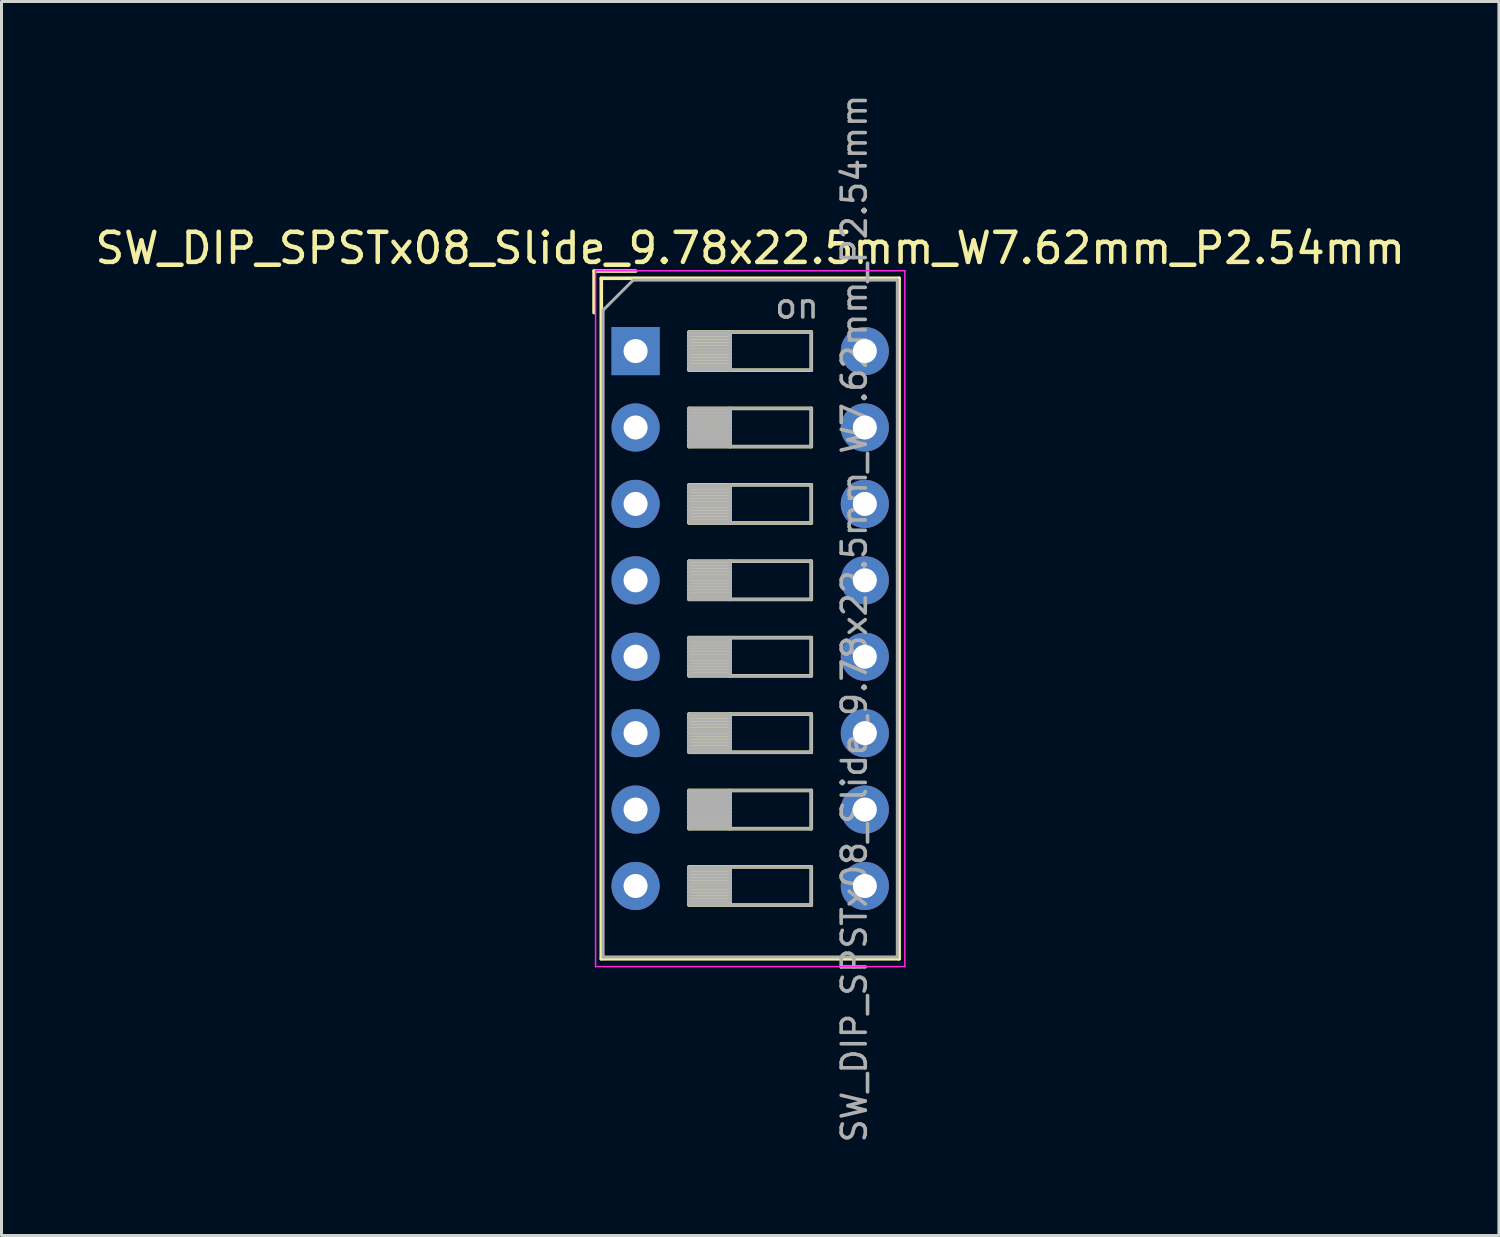
<source format=kicad_pcb>
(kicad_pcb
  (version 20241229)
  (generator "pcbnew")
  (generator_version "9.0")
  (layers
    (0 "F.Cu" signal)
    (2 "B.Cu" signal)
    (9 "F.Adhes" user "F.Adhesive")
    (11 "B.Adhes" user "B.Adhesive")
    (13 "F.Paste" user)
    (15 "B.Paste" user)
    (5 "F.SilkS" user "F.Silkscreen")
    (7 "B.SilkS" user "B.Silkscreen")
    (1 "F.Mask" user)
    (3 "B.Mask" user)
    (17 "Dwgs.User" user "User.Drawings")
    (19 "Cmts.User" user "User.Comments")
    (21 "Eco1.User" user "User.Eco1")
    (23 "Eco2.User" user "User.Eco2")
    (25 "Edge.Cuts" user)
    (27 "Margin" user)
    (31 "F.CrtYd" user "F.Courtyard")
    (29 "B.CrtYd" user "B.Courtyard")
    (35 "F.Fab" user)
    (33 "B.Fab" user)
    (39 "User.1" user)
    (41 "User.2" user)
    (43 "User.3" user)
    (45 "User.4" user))
  (footprint "SW_DIP_SPSTx08_Slide_9.78x22.5mm_W7.62mm_P2.54mm"
    (layer "F.Cu")
    (at 18.077 8.62)
    (property "Reference" "SW_DIP_SPSTx08_Slide_9.78x22.5mm_W7.62mm_P2.54mm" (at 3.81 -3.42 0) (layer "F.SilkS") (effects (font (size 1 1) (thickness 0.15))))
    (attr through_hole)
    (fp_line (start -1.38 -2.66) (end -1.38 -1.277) (stroke (width 0.12) (type solid)) (layer "F.SilkS"))
    (fp_line (start -1.38 -2.66) (end 0.003 -2.66) (stroke (width 0.12) (type solid)) (layer "F.SilkS"))
    (fp_line (start -1.14 -2.42) (end -1.14 20.2) (stroke (width 0.12) (type solid)) (layer "F.SilkS"))
    (fp_line (start -1.14 -2.42) (end 8.76 -2.42) (stroke (width 0.12) (type solid)) (layer "F.SilkS"))
    (fp_line (start -1.14 20.2) (end 8.76 20.2) (stroke (width 0.12) (type solid)) (layer "F.SilkS"))
    (fp_line (start 1.78 -0.635) (end 1.78 0.635) (stroke (width 0.12) (type solid)) (layer "F.SilkS"))
    (fp_line (start 1.78 -0.515) (end 3.133 -0.515) (stroke (width 0.12) (type solid)) (layer "F.SilkS"))
    (fp_line (start 1.78 -0.395) (end 3.133 -0.395) (stroke (width 0.12) (type solid)) (layer "F.SilkS"))
    (fp_line (start 1.78 -0.275) (end 3.133 -0.275) (stroke (width 0.12) (type solid)) (layer "F.SilkS"))
    (fp_line (start 1.78 -0.155) (end 3.133 -0.155) (stroke (width 0.12) (type solid)) (layer "F.SilkS"))
    (fp_line (start 1.78 -0.035) (end 3.133 -0.035) (stroke (width 0.12) (type solid)) (layer "F.SilkS"))
    (fp_line (start 1.78 0.085) (end 3.133 0.085) (stroke (width 0.12) (type solid)) (layer "F.SilkS"))
    (fp_line (start 1.78 0.205) (end 3.133 0.205) (stroke (width 0.12) (type solid)) (layer "F.SilkS"))
    (fp_line (start 1.78 0.325) (end 3.133 0.325) (stroke (width 0.12) (type solid)) (layer "F.SilkS"))
    (fp_line (start 1.78 0.445) (end 3.133 0.445) (stroke (width 0.12) (type solid)) (layer "F.SilkS"))
    (fp_line (start 1.78 0.565) (end 3.133 0.565) (stroke (width 0.12) (type solid)) (layer "F.SilkS"))
    (fp_line (start 1.78 0.635) (end 5.84 0.635) (stroke (width 0.12) (type solid)) (layer "F.SilkS"))
    (fp_line (start 1.78 1.905) (end 1.78 3.175) (stroke (width 0.12) (type solid)) (layer "F.SilkS"))
    (fp_line (start 1.78 2.025) (end 3.133 2.025) (stroke (width 0.12) (type solid)) (layer "F.SilkS"))
    (fp_line (start 1.78 2.145) (end 3.133 2.145) (stroke (width 0.12) (type solid)) (layer "F.SilkS"))
    (fp_line (start 1.78 2.265) (end 3.133 2.265) (stroke (width 0.12) (type solid)) (layer "F.SilkS"))
    (fp_line (start 1.78 2.385) (end 3.133 2.385) (stroke (width 0.12) (type solid)) (layer "F.SilkS"))
    (fp_line (start 1.78 2.505) (end 3.133 2.505) (stroke (width 0.12) (type solid)) (layer "F.SilkS"))
    (fp_line (start 1.78 2.625) (end 3.133 2.625) (stroke (width 0.12) (type solid)) (layer "F.SilkS"))
    (fp_line (start 1.78 2.745) (end 3.133 2.745) (stroke (width 0.12) (type solid)) (layer "F.SilkS"))
    (fp_line (start 1.78 2.865) (end 3.133 2.865) (stroke (width 0.12) (type solid)) (layer "F.SilkS"))
    (fp_line (start 1.78 2.985) (end 3.133 2.985) (stroke (width 0.12) (type solid)) (layer "F.SilkS"))
    (fp_line (start 1.78 3.105) (end 3.133 3.105) (stroke (width 0.12) (type solid)) (layer "F.SilkS"))
    (fp_line (start 1.78 3.175) (end 5.84 3.175) (stroke (width 0.12) (type solid)) (layer "F.SilkS"))
    (fp_line (start 1.78 4.445) (end 1.78 5.715) (stroke (width 0.12) (type solid)) (layer "F.SilkS"))
    (fp_line (start 1.78 4.565) (end 3.133 4.565) (stroke (width 0.12) (type solid)) (layer "F.SilkS"))
    (fp_line (start 1.78 4.685) (end 3.133 4.685) (stroke (width 0.12) (type solid)) (layer "F.SilkS"))
    (fp_line (start 1.78 4.805) (end 3.133 4.805) (stroke (width 0.12) (type solid)) (layer "F.SilkS"))
    (fp_line (start 1.78 4.925) (end 3.133 4.925) (stroke (width 0.12) (type solid)) (layer "F.SilkS"))
    (fp_line (start 1.78 5.045) (end 3.133 5.045) (stroke (width 0.12) (type solid)) (layer "F.SilkS"))
    (fp_line (start 1.78 5.165) (end 3.133 5.165) (stroke (width 0.12) (type solid)) (layer "F.SilkS"))
    (fp_line (start 1.78 5.285) (end 3.133 5.285) (stroke (width 0.12) (type solid)) (layer "F.SilkS"))
    (fp_line (start 1.78 5.405) (end 3.133 5.405) (stroke (width 0.12) (type solid)) (layer "F.SilkS"))
    (fp_line (start 1.78 5.525) (end 3.133 5.525) (stroke (width 0.12) (type solid)) (layer "F.SilkS"))
    (fp_line (start 1.78 5.645) (end 3.133 5.645) (stroke (width 0.12) (type solid)) (layer "F.SilkS"))
    (fp_line (start 1.78 5.715) (end 5.84 5.715) (stroke (width 0.12) (type solid)) (layer "F.SilkS"))
    (fp_line (start 1.78 6.985) (end 1.78 8.255) (stroke (width 0.12) (type solid)) (layer "F.SilkS"))
    (fp_line (start 1.78 7.105) (end 3.133 7.105) (stroke (width 0.12) (type solid)) (layer "F.SilkS"))
    (fp_line (start 1.78 7.225) (end 3.133 7.225) (stroke (width 0.12) (type solid)) (layer "F.SilkS"))
    (fp_line (start 1.78 7.345) (end 3.133 7.345) (stroke (width 0.12) (type solid)) (layer "F.SilkS"))
    (fp_line (start 1.78 7.465) (end 3.133 7.465) (stroke (width 0.12) (type solid)) (layer "F.SilkS"))
    (fp_line (start 1.78 7.585) (end 3.133 7.585) (stroke (width 0.12) (type solid)) (layer "F.SilkS"))
    (fp_line (start 1.78 7.705) (end 3.133 7.705) (stroke (width 0.12) (type solid)) (layer "F.SilkS"))
    (fp_line (start 1.78 7.825) (end 3.133 7.825) (stroke (width 0.12) (type solid)) (layer "F.SilkS"))
    (fp_line (start 1.78 7.945) (end 3.133 7.945) (stroke (width 0.12) (type solid)) (layer "F.SilkS"))
    (fp_line (start 1.78 8.065) (end 3.133 8.065) (stroke (width 0.12) (type solid)) (layer "F.SilkS"))
    (fp_line (start 1.78 8.185) (end 3.133 8.185) (stroke (width 0.12) (type solid)) (layer "F.SilkS"))
    (fp_line (start 1.78 8.255) (end 5.84 8.255) (stroke (width 0.12) (type solid)) (layer "F.SilkS"))
    (fp_line (start 1.78 9.525) (end 1.78 10.795) (stroke (width 0.12) (type solid)) (layer "F.SilkS"))
    (fp_line (start 1.78 9.645) (end 3.133 9.645) (stroke (width 0.12) (type solid)) (layer "F.SilkS"))
    (fp_line (start 1.78 9.765) (end 3.133 9.765) (stroke (width 0.12) (type solid)) (layer "F.SilkS"))
    (fp_line (start 1.78 9.885) (end 3.133 9.885) (stroke (width 0.12) (type solid)) (layer "F.SilkS"))
    (fp_line (start 1.78 10.005) (end 3.133 10.005) (stroke (width 0.12) (type solid)) (layer "F.SilkS"))
    (fp_line (start 1.78 10.125) (end 3.133 10.125) (stroke (width 0.12) (type solid)) (layer "F.SilkS"))
    (fp_line (start 1.78 10.245) (end 3.133 10.245) (stroke (width 0.12) (type solid)) (layer "F.SilkS"))
    (fp_line (start 1.78 10.365) (end 3.133 10.365) (stroke (width 0.12) (type solid)) (layer "F.SilkS"))
    (fp_line (start 1.78 10.485) (end 3.133 10.485) (stroke (width 0.12) (type solid)) (layer "F.SilkS"))
    (fp_line (start 1.78 10.605) (end 3.133 10.605) (stroke (width 0.12) (type solid)) (layer "F.SilkS"))
    (fp_line (start 1.78 10.725) (end 3.133 10.725) (stroke (width 0.12) (type solid)) (layer "F.SilkS"))
    (fp_line (start 1.78 10.795) (end 5.84 10.795) (stroke (width 0.12) (type solid)) (layer "F.SilkS"))
    (fp_line (start 1.78 12.065) (end 1.78 13.335) (stroke (width 0.12) (type solid)) (layer "F.SilkS"))
    (fp_line (start 1.78 12.185) (end 3.133 12.185) (stroke (width 0.12) (type solid)) (layer "F.SilkS"))
    (fp_line (start 1.78 12.305) (end 3.133 12.305) (stroke (width 0.12) (type solid)) (layer "F.SilkS"))
    (fp_line (start 1.78 12.425) (end 3.133 12.425) (stroke (width 0.12) (type solid)) (layer "F.SilkS"))
    (fp_line (start 1.78 12.545) (end 3.133 12.545) (stroke (width 0.12) (type solid)) (layer "F.SilkS"))
    (fp_line (start 1.78 12.665) (end 3.133 12.665) (stroke (width 0.12) (type solid)) (layer "F.SilkS"))
    (fp_line (start 1.78 12.785) (end 3.133 12.785) (stroke (width 0.12) (type solid)) (layer "F.SilkS"))
    (fp_line (start 1.78 12.905) (end 3.133 12.905) (stroke (width 0.12) (type solid)) (layer "F.SilkS"))
    (fp_line (start 1.78 13.025) (end 3.133 13.025) (stroke (width 0.12) (type solid)) (layer "F.SilkS"))
    (fp_line (start 1.78 13.145) (end 3.133 13.145) (stroke (width 0.12) (type solid)) (layer "F.SilkS"))
    (fp_line (start 1.78 13.265) (end 3.133 13.265) (stroke (width 0.12) (type solid)) (layer "F.SilkS"))
    (fp_line (start 1.78 13.335) (end 5.84 13.335) (stroke (width 0.12) (type solid)) (layer "F.SilkS"))
    (fp_line (start 1.78 14.605) (end 1.78 15.875) (stroke (width 0.12) (type solid)) (layer "F.SilkS"))
    (fp_line (start 1.78 14.725) (end 3.133 14.725) (stroke (width 0.12) (type solid)) (layer "F.SilkS"))
    (fp_line (start 1.78 14.845) (end 3.133 14.845) (stroke (width 0.12) (type solid)) (layer "F.SilkS"))
    (fp_line (start 1.78 14.965) (end 3.133 14.965) (stroke (width 0.12) (type solid)) (layer "F.SilkS"))
    (fp_line (start 1.78 15.085) (end 3.133 15.085) (stroke (width 0.12) (type solid)) (layer "F.SilkS"))
    (fp_line (start 1.78 15.205) (end 3.133 15.205) (stroke (width 0.12) (type solid)) (layer "F.SilkS"))
    (fp_line (start 1.78 15.325) (end 3.133 15.325) (stroke (width 0.12) (type solid)) (layer "F.SilkS"))
    (fp_line (start 1.78 15.445) (end 3.133 15.445) (stroke (width 0.12) (type solid)) (layer "F.SilkS"))
    (fp_line (start 1.78 15.565) (end 3.133 15.565) (stroke (width 0.12) (type solid)) (layer "F.SilkS"))
    (fp_line (start 1.78 15.685) (end 3.133 15.685) (stroke (width 0.12) (type solid)) (layer "F.SilkS"))
    (fp_line (start 1.78 15.805) (end 3.133 15.805) (stroke (width 0.12) (type solid)) (layer "F.SilkS"))
    (fp_line (start 1.78 15.875) (end 5.84 15.875) (stroke (width 0.12) (type solid)) (layer "F.SilkS"))
    (fp_line (start 1.78 17.145) (end 1.78 18.415) (stroke (width 0.12) (type solid)) (layer "F.SilkS"))
    (fp_line (start 1.78 17.265) (end 3.133 17.265) (stroke (width 0.12) (type solid)) (layer "F.SilkS"))
    (fp_line (start 1.78 17.385) (end 3.133 17.385) (stroke (width 0.12) (type solid)) (layer "F.SilkS"))
    (fp_line (start 1.78 17.505) (end 3.133 17.505) (stroke (width 0.12) (type solid)) (layer "F.SilkS"))
    (fp_line (start 1.78 17.625) (end 3.133 17.625) (stroke (width 0.12) (type solid)) (layer "F.SilkS"))
    (fp_line (start 1.78 17.745) (end 3.133 17.745) (stroke (width 0.12) (type solid)) (layer "F.SilkS"))
    (fp_line (start 1.78 17.865) (end 3.133 17.865) (stroke (width 0.12) (type solid)) (layer "F.SilkS"))
    (fp_line (start 1.78 17.985) (end 3.133 17.985) (stroke (width 0.12) (type solid)) (layer "F.SilkS"))
    (fp_line (start 1.78 18.105) (end 3.133 18.105) (stroke (width 0.12) (type solid)) (layer "F.SilkS"))
    (fp_line (start 1.78 18.225) (end 3.133 18.225) (stroke (width 0.12) (type solid)) (layer "F.SilkS"))
    (fp_line (start 1.78 18.345) (end 3.133 18.345) (stroke (width 0.12) (type solid)) (layer "F.SilkS"))
    (fp_line (start 1.78 18.415) (end 5.84 18.415) (stroke (width 0.12) (type solid)) (layer "F.SilkS"))
    (fp_line (start 3.133 -0.635) (end 3.133 0.635) (stroke (width 0.12) (type solid)) (layer "F.SilkS"))
    (fp_line (start 3.133 1.905) (end 3.133 3.175) (stroke (width 0.12) (type solid)) (layer "F.SilkS"))
    (fp_line (start 3.133 4.445) (end 3.133 5.715) (stroke (width 0.12) (type solid)) (layer "F.SilkS"))
    (fp_line (start 3.133 6.985) (end 3.133 8.255) (stroke (width 0.12) (type solid)) (layer "F.SilkS"))
    (fp_line (start 3.133 9.525) (end 3.133 10.795) (stroke (width 0.12) (type solid)) (layer "F.SilkS"))
    (fp_line (start 3.133 12.065) (end 3.133 13.335) (stroke (width 0.12) (type solid)) (layer "F.SilkS"))
    (fp_line (start 3.133 14.605) (end 3.133 15.875) (stroke (width 0.12) (type solid)) (layer "F.SilkS"))
    (fp_line (start 3.133 17.145) (end 3.133 18.415) (stroke (width 0.12) (type solid)) (layer "F.SilkS"))
    (fp_line (start 5.84 -0.635) (end 1.78 -0.635) (stroke (width 0.12) (type solid)) (layer "F.SilkS"))
    (fp_line (start 5.84 0.635) (end 5.84 -0.635) (stroke (width 0.12) (type solid)) (layer "F.SilkS"))
    (fp_line (start 5.84 1.905) (end 1.78 1.905) (stroke (width 0.12) (type solid)) (layer "F.SilkS"))
    (fp_line (start 5.84 3.175) (end 5.84 1.905) (stroke (width 0.12) (type solid)) (layer "F.SilkS"))
    (fp_line (start 5.84 4.445) (end 1.78 4.445) (stroke (width 0.12) (type solid)) (layer "F.SilkS"))
    (fp_line (start 5.84 5.715) (end 5.84 4.445) (stroke (width 0.12) (type solid)) (layer "F.SilkS"))
    (fp_line (start 5.84 6.985) (end 1.78 6.985) (stroke (width 0.12) (type solid)) (layer "F.SilkS"))
    (fp_line (start 5.84 8.255) (end 5.84 6.985) (stroke (width 0.12) (type solid)) (layer "F.SilkS"))
    (fp_line (start 5.84 9.525) (end 1.78 9.525) (stroke (width 0.12) (type solid)) (layer "F.SilkS"))
    (fp_line (start 5.84 10.795) (end 5.84 9.525) (stroke (width 0.12) (type solid)) (layer "F.SilkS"))
    (fp_line (start 5.84 12.065) (end 1.78 12.065) (stroke (width 0.12) (type solid)) (layer "F.SilkS"))
    (fp_line (start 5.84 13.335) (end 5.84 12.065) (stroke (width 0.12) (type solid)) (layer "F.SilkS"))
    (fp_line (start 5.84 14.605) (end 1.78 14.605) (stroke (width 0.12) (type solid)) (layer "F.SilkS"))
    (fp_line (start 5.84 15.875) (end 5.84 14.605) (stroke (width 0.12) (type solid)) (layer "F.SilkS"))
    (fp_line (start 5.84 17.145) (end 1.78 17.145) (stroke (width 0.12) (type solid)) (layer "F.SilkS"))
    (fp_line (start 5.84 18.415) (end 5.84 17.145) (stroke (width 0.12) (type solid)) (layer "F.SilkS"))
    (fp_line (start 8.76 -2.42) (end 8.76 20.2) (stroke (width 0.12) (type solid)) (layer "F.SilkS"))
    (fp_line (start -1.33 -2.67) (end -1.33 20.46) (stroke (width 0.05) (type solid)) (layer "F.CrtYd"))
    (fp_line (start -1.33 20.46) (end 8.95 20.46) (stroke (width 0.05) (type solid)) (layer "F.CrtYd"))
    (fp_line (start 8.95 -2.67) (end -1.33 -2.67) (stroke (width 0.05) (type solid)) (layer "F.CrtYd"))
    (fp_line (start 8.95 20.46) (end 8.95 -2.67) (stroke (width 0.05) (type solid)) (layer "F.CrtYd"))
    (fp_line (start -1.08 -1.36) (end -0.08 -2.36) (stroke (width 0.1) (type solid)) (layer "F.Fab"))
    (fp_line (start -1.08 20.14) (end -1.08 -1.36) (stroke (width 0.1) (type solid)) (layer "F.Fab"))
    (fp_line (start -0.08 -2.36) (end 8.7 -2.36) (stroke (width 0.1) (type solid)) (layer "F.Fab"))
    (fp_line (start 1.78 -0.635) (end 1.78 0.635) (stroke (width 0.1) (type solid)) (layer "F.Fab"))
    (fp_line (start 1.78 -0.535) (end 3.133 -0.535) (stroke (width 0.1) (type solid)) (layer "F.Fab"))
    (fp_line (start 1.78 -0.435) (end 3.133 -0.435) (stroke (width 0.1) (type solid)) (layer "F.Fab"))
    (fp_line (start 1.78 -0.335) (end 3.133 -0.335) (stroke (width 0.1) (type solid)) (layer "F.Fab"))
    (fp_line (start 1.78 -0.235) (end 3.133 -0.235) (stroke (width 0.1) (type solid)) (layer "F.Fab"))
    (fp_line (start 1.78 -0.135) (end 3.133 -0.135) (stroke (width 0.1) (type solid)) (layer "F.Fab"))
    (fp_line (start 1.78 -0.035) (end 3.133 -0.035) (stroke (width 0.1) (type solid)) (layer "F.Fab"))
    (fp_line (start 1.78 0.065) (end 3.133 0.065) (stroke (width 0.1) (type solid)) (layer "F.Fab"))
    (fp_line (start 1.78 0.165) (end 3.133 0.165) (stroke (width 0.1) (type solid)) (layer "F.Fab"))
    (fp_line (start 1.78 0.265) (end 3.133 0.265) (stroke (width 0.1) (type solid)) (layer "F.Fab"))
    (fp_line (start 1.78 0.365) (end 3.133 0.365) (stroke (width 0.1) (type solid)) (layer "F.Fab"))
    (fp_line (start 1.78 0.465) (end 3.133 0.465) (stroke (width 0.1) (type solid)) (layer "F.Fab"))
    (fp_line (start 1.78 0.565) (end 3.133 0.565) (stroke (width 0.1) (type solid)) (layer "F.Fab"))
    (fp_line (start 1.78 0.635) (end 5.84 0.635) (stroke (width 0.1) (type solid)) (layer "F.Fab"))
    (fp_line (start 1.78 1.905) (end 1.78 3.175) (stroke (width 0.1) (type solid)) (layer "F.Fab"))
    (fp_line (start 1.78 2.005) (end 3.133 2.005) (stroke (width 0.1) (type solid)) (layer "F.Fab"))
    (fp_line (start 1.78 2.105) (end 3.133 2.105) (stroke (width 0.1) (type solid)) (layer "F.Fab"))
    (fp_line (start 1.78 2.205) (end 3.133 2.205) (stroke (width 0.1) (type solid)) (layer "F.Fab"))
    (fp_line (start 1.78 2.305) (end 3.133 2.305) (stroke (width 0.1) (type solid)) (layer "F.Fab"))
    (fp_line (start 1.78 2.405) (end 3.133 2.405) (stroke (width 0.1) (type solid)) (layer "F.Fab"))
    (fp_line (start 1.78 2.505) (end 3.133 2.505) (stroke (width 0.1) (type solid)) (layer "F.Fab"))
    (fp_line (start 1.78 2.605) (end 3.133 2.605) (stroke (width 0.1) (type solid)) (layer "F.Fab"))
    (fp_line (start 1.78 2.705) (end 3.133 2.705) (stroke (width 0.1) (type solid)) (layer "F.Fab"))
    (fp_line (start 1.78 2.805) (end 3.133 2.805) (stroke (width 0.1) (type solid)) (layer "F.Fab"))
    (fp_line (start 1.78 2.905) (end 3.133 2.905) (stroke (width 0.1) (type solid)) (layer "F.Fab"))
    (fp_line (start 1.78 3.005) (end 3.133 3.005) (stroke (width 0.1) (type solid)) (layer "F.Fab"))
    (fp_line (start 1.78 3.105) (end 3.133 3.105) (stroke (width 0.1) (type solid)) (layer "F.Fab"))
    (fp_line (start 1.78 3.175) (end 5.84 3.175) (stroke (width 0.1) (type solid)) (layer "F.Fab"))
    (fp_line (start 1.78 4.445) (end 1.78 5.715) (stroke (width 0.1) (type solid)) (layer "F.Fab"))
    (fp_line (start 1.78 4.545) (end 3.133 4.545) (stroke (width 0.1) (type solid)) (layer "F.Fab"))
    (fp_line (start 1.78 4.645) (end 3.133 4.645) (stroke (width 0.1) (type solid)) (layer "F.Fab"))
    (fp_line (start 1.78 4.745) (end 3.133 4.745) (stroke (width 0.1) (type solid)) (layer "F.Fab"))
    (fp_line (start 1.78 4.845) (end 3.133 4.845) (stroke (width 0.1) (type solid)) (layer "F.Fab"))
    (fp_line (start 1.78 4.945) (end 3.133 4.945) (stroke (width 0.1) (type solid)) (layer "F.Fab"))
    (fp_line (start 1.78 5.045) (end 3.133 5.045) (stroke (width 0.1) (type solid)) (layer "F.Fab"))
    (fp_line (start 1.78 5.145) (end 3.133 5.145) (stroke (width 0.1) (type solid)) (layer "F.Fab"))
    (fp_line (start 1.78 5.245) (end 3.133 5.245) (stroke (width 0.1) (type solid)) (layer "F.Fab"))
    (fp_line (start 1.78 5.345) (end 3.133 5.345) (stroke (width 0.1) (type solid)) (layer "F.Fab"))
    (fp_line (start 1.78 5.445) (end 3.133 5.445) (stroke (width 0.1) (type solid)) (layer "F.Fab"))
    (fp_line (start 1.78 5.545) (end 3.133 5.545) (stroke (width 0.1) (type solid)) (layer "F.Fab"))
    (fp_line (start 1.78 5.645) (end 3.133 5.645) (stroke (width 0.1) (type solid)) (layer "F.Fab"))
    (fp_line (start 1.78 5.715) (end 5.84 5.715) (stroke (width 0.1) (type solid)) (layer "F.Fab"))
    (fp_line (start 1.78 6.985) (end 1.78 8.255) (stroke (width 0.1) (type solid)) (layer "F.Fab"))
    (fp_line (start 1.78 7.085) (end 3.133 7.085) (stroke (width 0.1) (type solid)) (layer "F.Fab"))
    (fp_line (start 1.78 7.185) (end 3.133 7.185) (stroke (width 0.1) (type solid)) (layer "F.Fab"))
    (fp_line (start 1.78 7.285) (end 3.133 7.285) (stroke (width 0.1) (type solid)) (layer "F.Fab"))
    (fp_line (start 1.78 7.385) (end 3.133 7.385) (stroke (width 0.1) (type solid)) (layer "F.Fab"))
    (fp_line (start 1.78 7.485) (end 3.133 7.485) (stroke (width 0.1) (type solid)) (layer "F.Fab"))
    (fp_line (start 1.78 7.585) (end 3.133 7.585) (stroke (width 0.1) (type solid)) (layer "F.Fab"))
    (fp_line (start 1.78 7.685) (end 3.133 7.685) (stroke (width 0.1) (type solid)) (layer "F.Fab"))
    (fp_line (start 1.78 7.785) (end 3.133 7.785) (stroke (width 0.1) (type solid)) (layer "F.Fab"))
    (fp_line (start 1.78 7.885) (end 3.133 7.885) (stroke (width 0.1) (type solid)) (layer "F.Fab"))
    (fp_line (start 1.78 7.985) (end 3.133 7.985) (stroke (width 0.1) (type solid)) (layer "F.Fab"))
    (fp_line (start 1.78 8.085) (end 3.133 8.085) (stroke (width 0.1) (type solid)) (layer "F.Fab"))
    (fp_line (start 1.78 8.185) (end 3.133 8.185) (stroke (width 0.1) (type solid)) (layer "F.Fab"))
    (fp_line (start 1.78 8.255) (end 5.84 8.255) (stroke (width 0.1) (type solid)) (layer "F.Fab"))
    (fp_line (start 1.78 9.525) (end 1.78 10.795) (stroke (width 0.1) (type solid)) (layer "F.Fab"))
    (fp_line (start 1.78 9.625) (end 3.133 9.625) (stroke (width 0.1) (type solid)) (layer "F.Fab"))
    (fp_line (start 1.78 9.725) (end 3.133 9.725) (stroke (width 0.1) (type solid)) (layer "F.Fab"))
    (fp_line (start 1.78 9.825) (end 3.133 9.825) (stroke (width 0.1) (type solid)) (layer "F.Fab"))
    (fp_line (start 1.78 9.925) (end 3.133 9.925) (stroke (width 0.1) (type solid)) (layer "F.Fab"))
    (fp_line (start 1.78 10.025) (end 3.133 10.025) (stroke (width 0.1) (type solid)) (layer "F.Fab"))
    (fp_line (start 1.78 10.125) (end 3.133 10.125) (stroke (width 0.1) (type solid)) (layer "F.Fab"))
    (fp_line (start 1.78 10.225) (end 3.133 10.225) (stroke (width 0.1) (type solid)) (layer "F.Fab"))
    (fp_line (start 1.78 10.325) (end 3.133 10.325) (stroke (width 0.1) (type solid)) (layer "F.Fab"))
    (fp_line (start 1.78 10.425) (end 3.133 10.425) (stroke (width 0.1) (type solid)) (layer "F.Fab"))
    (fp_line (start 1.78 10.525) (end 3.133 10.525) (stroke (width 0.1) (type solid)) (layer "F.Fab"))
    (fp_line (start 1.78 10.625) (end 3.133 10.625) (stroke (width 0.1) (type solid)) (layer "F.Fab"))
    (fp_line (start 1.78 10.725) (end 3.133 10.725) (stroke (width 0.1) (type solid)) (layer "F.Fab"))
    (fp_line (start 1.78 10.795) (end 5.84 10.795) (stroke (width 0.1) (type solid)) (layer "F.Fab"))
    (fp_line (start 1.78 12.065) (end 1.78 13.335) (stroke (width 0.1) (type solid)) (layer "F.Fab"))
    (fp_line (start 1.78 12.165) (end 3.133 12.165) (stroke (width 0.1) (type solid)) (layer "F.Fab"))
    (fp_line (start 1.78 12.265) (end 3.133 12.265) (stroke (width 0.1) (type solid)) (layer "F.Fab"))
    (fp_line (start 1.78 12.365) (end 3.133 12.365) (stroke (width 0.1) (type solid)) (layer "F.Fab"))
    (fp_line (start 1.78 12.465) (end 3.133 12.465) (stroke (width 0.1) (type solid)) (layer "F.Fab"))
    (fp_line (start 1.78 12.565) (end 3.133 12.565) (stroke (width 0.1) (type solid)) (layer "F.Fab"))
    (fp_line (start 1.78 12.665) (end 3.133 12.665) (stroke (width 0.1) (type solid)) (layer "F.Fab"))
    (fp_line (start 1.78 12.765) (end 3.133 12.765) (stroke (width 0.1) (type solid)) (layer "F.Fab"))
    (fp_line (start 1.78 12.865) (end 3.133 12.865) (stroke (width 0.1) (type solid)) (layer "F.Fab"))
    (fp_line (start 1.78 12.965) (end 3.133 12.965) (stroke (width 0.1) (type solid)) (layer "F.Fab"))
    (fp_line (start 1.78 13.065) (end 3.133 13.065) (stroke (width 0.1) (type solid)) (layer "F.Fab"))
    (fp_line (start 1.78 13.165) (end 3.133 13.165) (stroke (width 0.1) (type solid)) (layer "F.Fab"))
    (fp_line (start 1.78 13.265) (end 3.133 13.265) (stroke (width 0.1) (type solid)) (layer "F.Fab"))
    (fp_line (start 1.78 13.335) (end 5.84 13.335) (stroke (width 0.1) (type solid)) (layer "F.Fab"))
    (fp_line (start 1.78 14.605) (end 1.78 15.875) (stroke (width 0.1) (type solid)) (layer "F.Fab"))
    (fp_line (start 1.78 14.705) (end 3.133 14.705) (stroke (width 0.1) (type solid)) (layer "F.Fab"))
    (fp_line (start 1.78 14.805) (end 3.133 14.805) (stroke (width 0.1) (type solid)) (layer "F.Fab"))
    (fp_line (start 1.78 14.905) (end 3.133 14.905) (stroke (width 0.1) (type solid)) (layer "F.Fab"))
    (fp_line (start 1.78 15.005) (end 3.133 15.005) (stroke (width 0.1) (type solid)) (layer "F.Fab"))
    (fp_line (start 1.78 15.105) (end 3.133 15.105) (stroke (width 0.1) (type solid)) (layer "F.Fab"))
    (fp_line (start 1.78 15.205) (end 3.133 15.205) (stroke (width 0.1) (type solid)) (layer "F.Fab"))
    (fp_line (start 1.78 15.305) (end 3.133 15.305) (stroke (width 0.1) (type solid)) (layer "F.Fab"))
    (fp_line (start 1.78 15.405) (end 3.133 15.405) (stroke (width 0.1) (type solid)) (layer "F.Fab"))
    (fp_line (start 1.78 15.505) (end 3.133 15.505) (stroke (width 0.1) (type solid)) (layer "F.Fab"))
    (fp_line (start 1.78 15.605) (end 3.133 15.605) (stroke (width 0.1) (type solid)) (layer "F.Fab"))
    (fp_line (start 1.78 15.705) (end 3.133 15.705) (stroke (width 0.1) (type solid)) (layer "F.Fab"))
    (fp_line (start 1.78 15.805) (end 3.133 15.805) (stroke (width 0.1) (type solid)) (layer "F.Fab"))
    (fp_line (start 1.78 15.875) (end 5.84 15.875) (stroke (width 0.1) (type solid)) (layer "F.Fab"))
    (fp_line (start 1.78 17.145) (end 1.78 18.415) (stroke (width 0.1) (type solid)) (layer "F.Fab"))
    (fp_line (start 1.78 17.245) (end 3.133 17.245) (stroke (width 0.1) (type solid)) (layer "F.Fab"))
    (fp_line (start 1.78 17.345) (end 3.133 17.345) (stroke (width 0.1) (type solid)) (layer "F.Fab"))
    (fp_line (start 1.78 17.445) (end 3.133 17.445) (stroke (width 0.1) (type solid)) (layer "F.Fab"))
    (fp_line (start 1.78 17.545) (end 3.133 17.545) (stroke (width 0.1) (type solid)) (layer "F.Fab"))
    (fp_line (start 1.78 17.645) (end 3.133 17.645) (stroke (width 0.1) (type solid)) (layer "F.Fab"))
    (fp_line (start 1.78 17.745) (end 3.133 17.745) (stroke (width 0.1) (type solid)) (layer "F.Fab"))
    (fp_line (start 1.78 17.845) (end 3.133 17.845) (stroke (width 0.1) (type solid)) (layer "F.Fab"))
    (fp_line (start 1.78 17.945) (end 3.133 17.945) (stroke (width 0.1) (type solid)) (layer "F.Fab"))
    (fp_line (start 1.78 18.045) (end 3.133 18.045) (stroke (width 0.1) (type solid)) (layer "F.Fab"))
    (fp_line (start 1.78 18.145) (end 3.133 18.145) (stroke (width 0.1) (type solid)) (layer "F.Fab"))
    (fp_line (start 1.78 18.245) (end 3.133 18.245) (stroke (width 0.1) (type solid)) (layer "F.Fab"))
    (fp_line (start 1.78 18.345) (end 3.133 18.345) (stroke (width 0.1) (type solid)) (layer "F.Fab"))
    (fp_line (start 1.78 18.415) (end 5.84 18.415) (stroke (width 0.1) (type solid)) (layer "F.Fab"))
    (fp_line (start 3.133 -0.635) (end 3.133 0.635) (stroke (width 0.1) (type solid)) (layer "F.Fab"))
    (fp_line (start 3.133 1.905) (end 3.133 3.175) (stroke (width 0.1) (type solid)) (layer "F.Fab"))
    (fp_line (start 3.133 4.445) (end 3.133 5.715) (stroke (width 0.1) (type solid)) (layer "F.Fab"))
    (fp_line (start 3.133 6.985) (end 3.133 8.255) (stroke (width 0.1) (type solid)) (layer "F.Fab"))
    (fp_line (start 3.133 9.525) (end 3.133 10.795) (stroke (width 0.1) (type solid)) (layer "F.Fab"))
    (fp_line (start 3.133 12.065) (end 3.133 13.335) (stroke (width 0.1) (type solid)) (layer "F.Fab"))
    (fp_line (start 3.133 14.605) (end 3.133 15.875) (stroke (width 0.1) (type solid)) (layer "F.Fab"))
    (fp_line (start 3.133 17.145) (end 3.133 18.415) (stroke (width 0.1) (type solid)) (layer "F.Fab"))
    (fp_line (start 5.84 -0.635) (end 1.78 -0.635) (stroke (width 0.1) (type solid)) (layer "F.Fab"))
    (fp_line (start 5.84 0.635) (end 5.84 -0.635) (stroke (width 0.1) (type solid)) (layer "F.Fab"))
    (fp_line (start 5.84 1.905) (end 1.78 1.905) (stroke (width 0.1) (type solid)) (layer "F.Fab"))
    (fp_line (start 5.84 3.175) (end 5.84 1.905) (stroke (width 0.1) (type solid)) (layer "F.Fab"))
    (fp_line (start 5.84 4.445) (end 1.78 4.445) (stroke (width 0.1) (type solid)) (layer "F.Fab"))
    (fp_line (start 5.84 5.715) (end 5.84 4.445) (stroke (width 0.1) (type solid)) (layer "F.Fab"))
    (fp_line (start 5.84 6.985) (end 1.78 6.985) (stroke (width 0.1) (type solid)) (layer "F.Fab"))
    (fp_line (start 5.84 8.255) (end 5.84 6.985) (stroke (width 0.1) (type solid)) (layer "F.Fab"))
    (fp_line (start 5.84 9.525) (end 1.78 9.525) (stroke (width 0.1) (type solid)) (layer "F.Fab"))
    (fp_line (start 5.84 10.795) (end 5.84 9.525) (stroke (width 0.1) (type solid)) (layer "F.Fab"))
    (fp_line (start 5.84 12.065) (end 1.78 12.065) (stroke (width 0.1) (type solid)) (layer "F.Fab"))
    (fp_line (start 5.84 13.335) (end 5.84 12.065) (stroke (width 0.1) (type solid)) (layer "F.Fab"))
    (fp_line (start 5.84 14.605) (end 1.78 14.605) (stroke (width 0.1) (type solid)) (layer "F.Fab"))
    (fp_line (start 5.84 15.875) (end 5.84 14.605) (stroke (width 0.1) (type solid)) (layer "F.Fab"))
    (fp_line (start 5.84 17.145) (end 1.78 17.145) (stroke (width 0.1) (type solid)) (layer "F.Fab"))
    (fp_line (start 5.84 18.415) (end 5.84 17.145) (stroke (width 0.1) (type solid)) (layer "F.Fab"))
    (fp_line (start 8.7 -2.36) (end 8.7 20.14) (stroke (width 0.1) (type solid)) (layer "F.Fab"))
    (fp_line (start 8.7 20.14) (end -1.08 20.14) (stroke (width 0.1) (type solid)) (layer "F.Fab"))
    (fp_text user "on" (at 5.365 -1.498 0) (layer "F.Fab") (effects (font (size 0.8 0.8) (thickness 0.12))))
    (fp_text user "${REFERENCE}" (at 7.27 8.89 90) (layer "F.Fab") (effects (font (size 0.8 0.8) (thickness 0.12))))
    (pad "1" thru_hole rect (at 0 0) (size 1.6 1.6) (drill 0.8) (layers "*.Cu" "*.Mask"))
    (pad "2" thru_hole circle (at 0 2.54) (size 1.6 1.6) (drill 0.8) (layers "*.Cu" "*.Mask"))
    (pad "3" thru_hole circle (at 0 5.08) (size 1.6 1.6) (drill 0.8) (layers "*.Cu" "*.Mask"))
    (pad "4" thru_hole circle (at 0 7.62) (size 1.6 1.6) (drill 0.8) (layers "*.Cu" "*.Mask"))
    (pad "5" thru_hole circle (at 0 10.16) (size 1.6 1.6) (drill 0.8) (layers "*.Cu" "*.Mask"))
    (pad "6" thru_hole circle (at 0 12.7) (size 1.6 1.6) (drill 0.8) (layers "*.Cu" "*.Mask"))
    (pad "7" thru_hole circle (at 0 15.24) (size 1.6 1.6) (drill 0.8) (layers "*.Cu" "*.Mask"))
    (pad "8" thru_hole circle (at 0 17.78) (size 1.6 1.6) (drill 0.8) (layers "*.Cu" "*.Mask"))
    (pad "9" thru_hole circle (at 7.62 17.78) (size 1.6 1.6) (drill 0.8) (layers "*.Cu" "*.Mask"))
    (pad "10" thru_hole circle (at 7.62 15.24) (size 1.6 1.6) (drill 0.8) (layers "*.Cu" "*.Mask"))
    (pad "11" thru_hole circle (at 7.62 12.7) (size 1.6 1.6) (drill 0.8) (layers "*.Cu" "*.Mask"))
    (pad "12" thru_hole circle (at 7.62 10.16) (size 1.6 1.6) (drill 0.8) (layers "*.Cu" "*.Mask"))
    (pad "13" thru_hole circle (at 7.62 7.62) (size 1.6 1.6) (drill 0.8) (layers "*.Cu" "*.Mask"))
    (pad "14" thru_hole circle (at 7.62 5.08) (size 1.6 1.6) (drill 0.8) (layers "*.Cu" "*.Mask"))
    (pad "15" thru_hole circle (at 7.62 2.54) (size 1.6 1.6) (drill 0.8) (layers "*.Cu" "*.Mask"))
    (pad "16" thru_hole circle (at 7.62 0) (size 1.6 1.6) (drill 0.8) (layers "*.Cu" "*.Mask")))
  (gr_rect
    (start -3 -3)
    (end 46.774 38.019)
    (stroke (width 0.1) (type default))
    (fill no)
    (layer "Edge.Cuts")))
</source>
